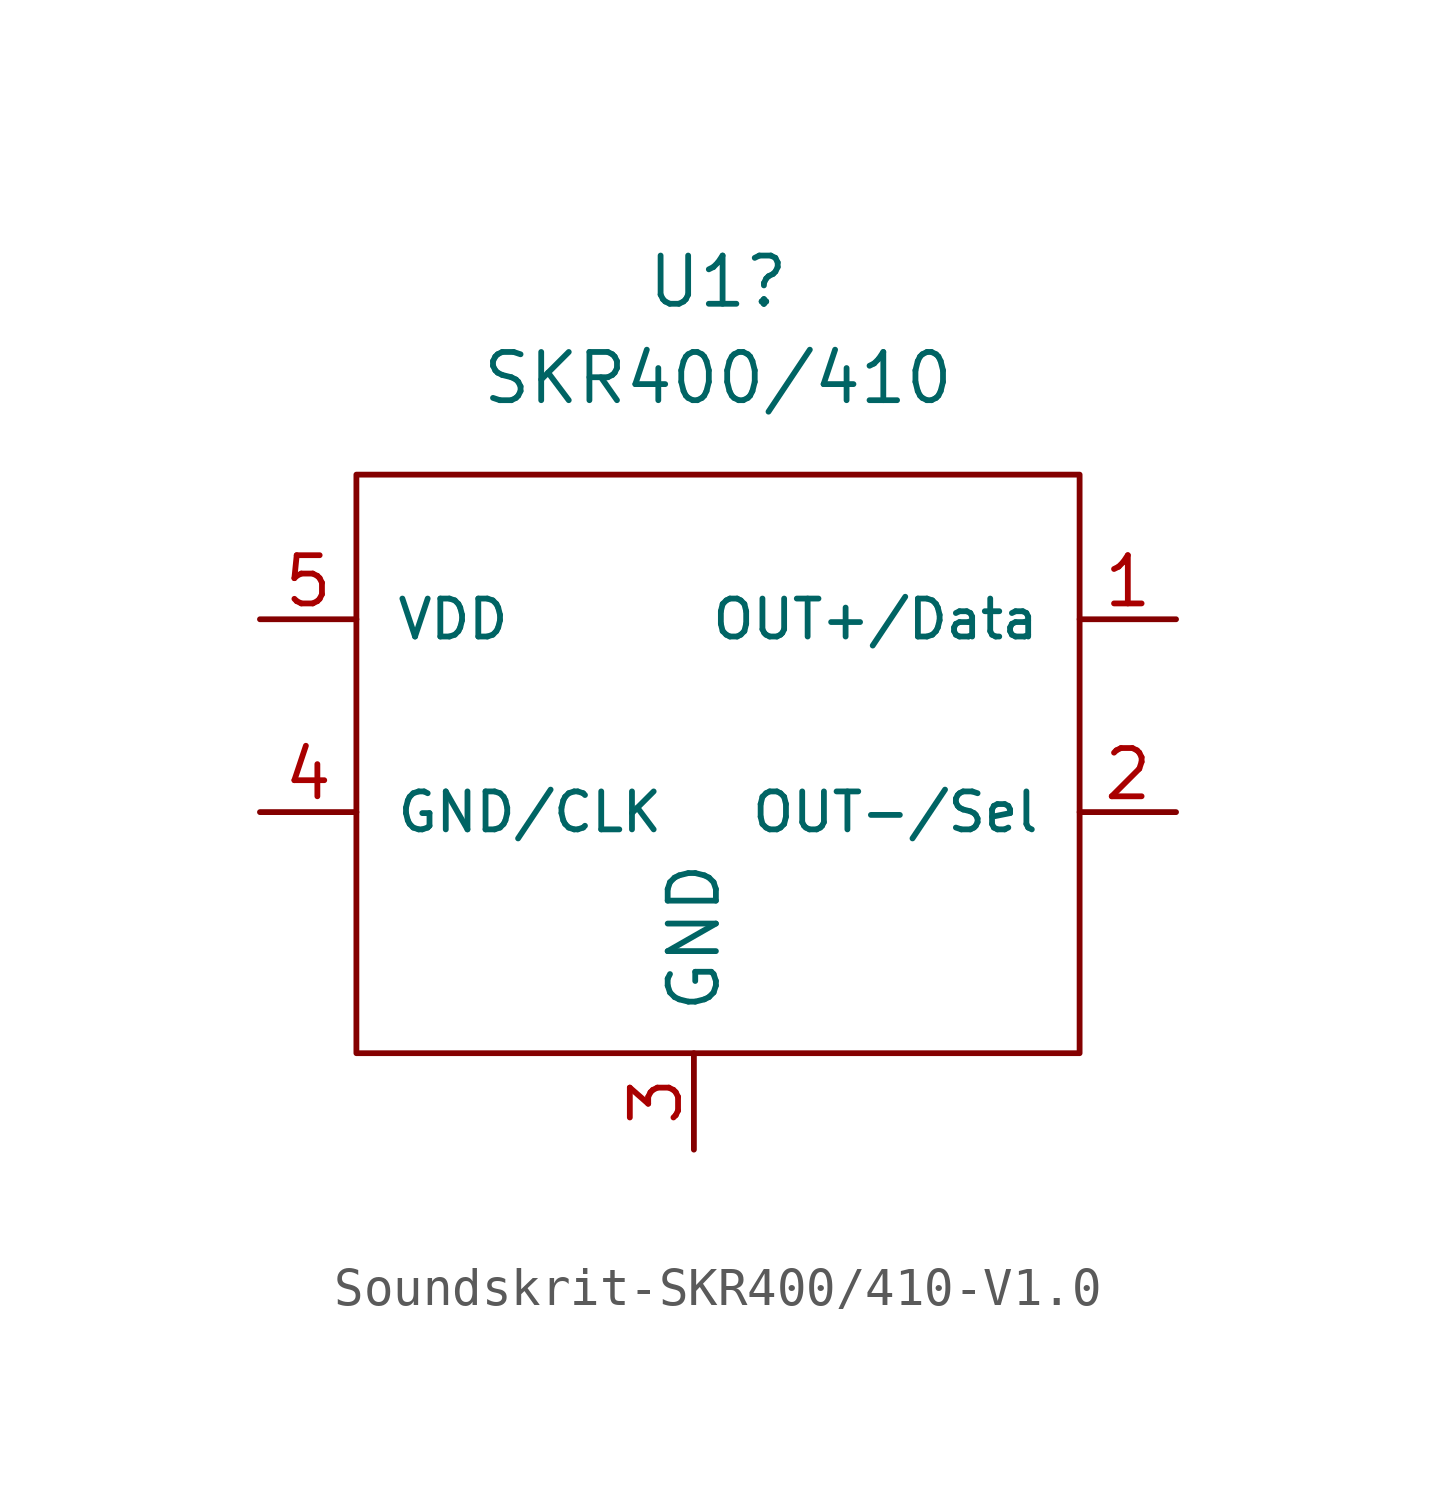
<source format=kicad_sym>
(kicad_symbol_lib
  (version 20231120)
  (generator "kicad_symbol_editor")
  (generator_version "8.0")
  (symbol "Soundskrit-SKR400/410-V1.0"
    (pin_names
      (offset 1.016))
    (property "Reference" "U1"
      (at 5.715 3.81 0)
      (effects (font (size 1.27 1.27))))
    (property "Value" "SKR400/410"
      (at 5.715 1.27 0)
      (effects (font (size 1.27 1.27))))
    (symbol "Soundskrit-SKR400/410-V1.0_0_1"
      (polyline (pts (xy -3.81 -1.27) (xy 15.24 -1.27) (xy 15.24 -16.51) (xy 0 -16.51) (xy -3.81 -16.51) (xy -3.81 -8.89) (xy -3.81 -1.27)) (stroke (width 0) (type default)) (fill (type none))))
    (symbol "Soundskrit-SKR400/410-V1.0_1_1"
      (pin input line (at 17.78 -5.08 180) (length 2.54) (name "OUT+/Data" (effects (font (size 1 1)))) (number "1" (effects (font (size 1.27 1.27)))))
      (pin input line (at 17.78 -10.16 180) (length 2.54) (name "OUT-/Sel" (effects (font (size 1 1)))) (number "2" (effects (font (size 1.27 1.27)))))
      (pin power_in line (at 5.08 -19.05 90) (length 2.54) (name "GND" (effects (font (size 1.27 1.27)))) (number "3" (effects (font (size 1.27 1.27)))))
      (pin power_in line (at -6.35 -10.16 0) (length 2.54) (name "GND/CLK" (effects (font (size 1 1)))) (number "4" (effects (font (size 1.27 1.27)))))
      (pin power_in line (at -6.35 -5.08 0) (length 2.54) (name "VDD" (effects (font (size 1 1)))) (number "5" (effects (font (size 1.27 1.27))))))))
</source>
